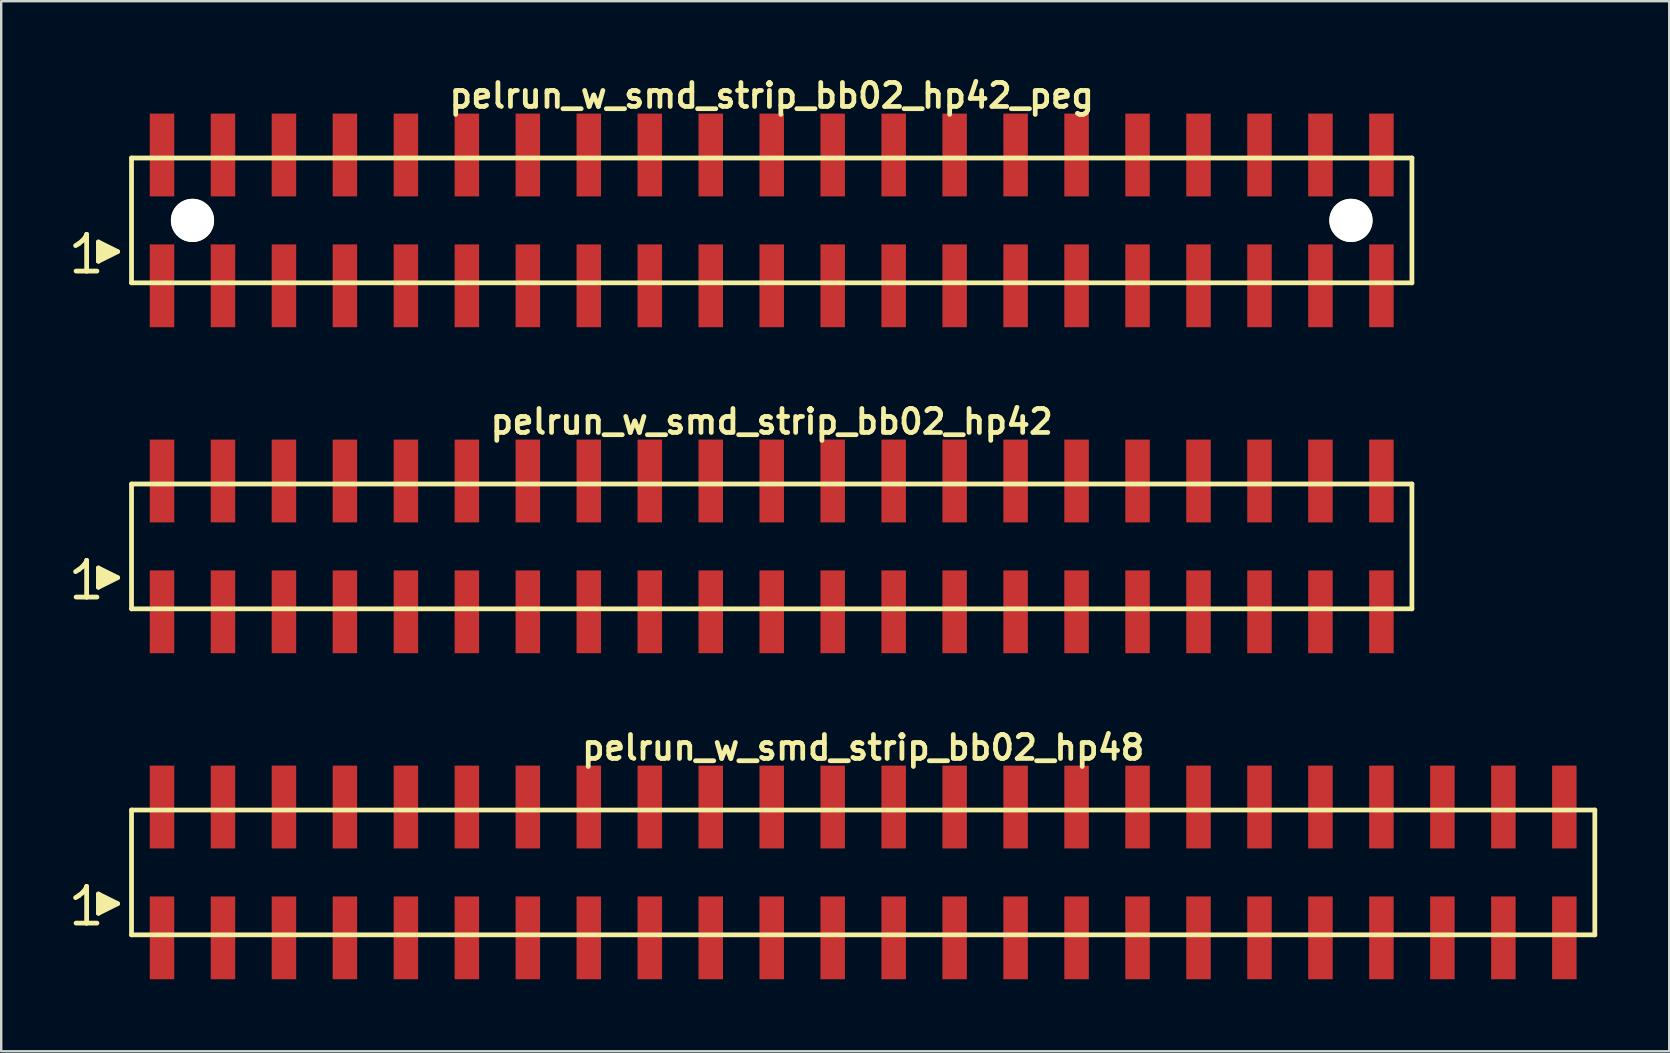
<source format=kicad_pcb>
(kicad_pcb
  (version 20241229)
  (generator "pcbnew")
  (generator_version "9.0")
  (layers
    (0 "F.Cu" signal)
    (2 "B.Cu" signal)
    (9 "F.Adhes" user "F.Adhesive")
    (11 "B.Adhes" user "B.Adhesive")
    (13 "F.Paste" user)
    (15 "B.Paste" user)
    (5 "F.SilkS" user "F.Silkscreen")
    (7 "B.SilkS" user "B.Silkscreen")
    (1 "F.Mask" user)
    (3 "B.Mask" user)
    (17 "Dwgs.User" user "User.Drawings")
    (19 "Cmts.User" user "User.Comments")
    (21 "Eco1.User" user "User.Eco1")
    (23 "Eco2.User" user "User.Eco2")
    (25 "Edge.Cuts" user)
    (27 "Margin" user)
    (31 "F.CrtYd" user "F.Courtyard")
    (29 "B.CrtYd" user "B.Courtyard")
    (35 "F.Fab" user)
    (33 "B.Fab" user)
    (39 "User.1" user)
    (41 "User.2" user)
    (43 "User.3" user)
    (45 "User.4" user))
  (footprint "pelrun_w_smd_strip_bb02_hp42"
    (layer "F.Cu")
    (at 29.099 19.713)
    (property "Reference" "pelrun_w_smd_strip_bb02_hp42" (at 0 -5.2 0) (layer "F.SilkS") (effects (font (size 0.998 0.998) (thickness 0.198))))
    (attr through_hole)
    (fp_line (start -29 1.05) (end -28.87 0.97) (stroke (width 0.198) (type solid)) (layer "F.SilkS"))
    (fp_line (start -28.87 0.97) (end -28.71 0.84) (stroke (width 0.198) (type solid)) (layer "F.SilkS"))
    (fp_line (start -28.71 0.84) (end -28.57 0.67) (stroke (width 0.198) (type solid)) (layer "F.SilkS"))
    (fp_line (start -28.57 0.67) (end -28.54 0.58) (stroke (width 0.198) (type solid)) (layer "F.SilkS"))
    (fp_line (start -28.54 0.58) (end -28.54 2.11) (stroke (width 0.198) (type solid)) (layer "F.SilkS"))
    (fp_line (start -28.54 2.11) (end -28.98 2.11) (stroke (width 0.198) (type solid)) (layer "F.SilkS"))
    (fp_line (start -28.11 2.11) (end -28.55 2.11) (stroke (width 0.198) (type solid)) (layer "F.SilkS"))
    (fp_line (start -28.05 0.9) (end -27.25 1.3) (stroke (width 0.198) (type solid)) (layer "F.SilkS"))
    (fp_line (start -28.05 1.7) (end -28.05 0.9) (stroke (width 0.198) (type solid)) (layer "F.SilkS"))
    (fp_line (start -27.95 1.6) (end -27.95 1) (stroke (width 0.198) (type solid)) (layer "F.SilkS"))
    (fp_line (start -27.85 1.1) (end -27.85 1.5) (stroke (width 0.198) (type solid)) (layer "F.SilkS"))
    (fp_line (start -27.75 1.5) (end -27.75 1.1) (stroke (width 0.198) (type solid)) (layer "F.SilkS"))
    (fp_line (start -27.65 1.2) (end -27.65 1.4) (stroke (width 0.198) (type solid)) (layer "F.SilkS"))
    (fp_line (start -27.55 1.4) (end -27.55 1.2) (stroke (width 0.198) (type solid)) (layer "F.SilkS"))
    (fp_line (start -27.25 1.3) (end -28.05 1.7) (stroke (width 0.198) (type solid)) (layer "F.SilkS"))
    (fp_line (start -26.67 -2.6) (end -26.67 2.6) (stroke (width 0.198) (type solid)) (layer "F.SilkS"))
    (fp_line (start -26.67 -2.6) (end 26.67 -2.6) (stroke (width 0.198) (type solid)) (layer "F.SilkS"))
    (fp_line (start 26.67 2.6) (end -26.67 2.6) (stroke (width 0.198) (type solid)) (layer "F.SilkS"))
    (fp_line (start 26.67 2.6) (end 26.67 -2.6) (stroke (width 0.198) (type solid)) (layer "F.SilkS"))
    (pad "1" smd rect (at -25.4 2.725) (size 1.02 3.45) (layers "F.Cu" "F.Mask" "F.Paste"))
    (pad "2" smd rect (at -25.4 -2.725) (size 1.02 3.45) (layers "F.Cu" "F.Mask" "F.Paste"))
    (pad "3" smd rect (at -22.86 2.725) (size 1.02 3.45) (layers "F.Cu" "F.Mask" "F.Paste"))
    (pad "4" smd rect (at -22.86 -2.725) (size 1.02 3.45) (layers "F.Cu" "F.Mask" "F.Paste"))
    (pad "5" smd rect (at -20.32 2.725) (size 1.02 3.45) (layers "F.Cu" "F.Mask" "F.Paste"))
    (pad "6" smd rect (at -20.32 -2.725) (size 1.02 3.45) (layers "F.Cu" "F.Mask" "F.Paste"))
    (pad "7" smd rect (at -17.78 2.725) (size 1.02 3.45) (layers "F.Cu" "F.Mask" "F.Paste"))
    (pad "8" smd rect (at -17.78 -2.725) (size 1.02 3.45) (layers "F.Cu" "F.Mask" "F.Paste"))
    (pad "9" smd rect (at -15.24 2.725) (size 1.02 3.45) (layers "F.Cu" "F.Mask" "F.Paste"))
    (pad "10" smd rect (at -15.24 -2.725) (size 1.02 3.45) (layers "F.Cu" "F.Mask" "F.Paste"))
    (pad "11" smd rect (at -12.7 2.725) (size 1.02 3.45) (layers "F.Cu" "F.Mask" "F.Paste"))
    (pad "12" smd rect (at -12.7 -2.725) (size 1.02 3.45) (layers "F.Cu" "F.Mask" "F.Paste"))
    (pad "13" smd rect (at -10.16 2.725) (size 1.02 3.45) (layers "F.Cu" "F.Mask" "F.Paste"))
    (pad "14" smd rect (at -10.16 -2.725) (size 1.02 3.45) (layers "F.Cu" "F.Mask" "F.Paste"))
    (pad "15" smd rect (at -7.62 2.725) (size 1.02 3.45) (layers "F.Cu" "F.Mask" "F.Paste"))
    (pad "16" smd rect (at -7.62 -2.725) (size 1.02 3.45) (layers "F.Cu" "F.Mask" "F.Paste"))
    (pad "17" smd rect (at -5.08 2.725) (size 1.02 3.45) (layers "F.Cu" "F.Mask" "F.Paste"))
    (pad "18" smd rect (at -5.08 -2.725) (size 1.02 3.45) (layers "F.Cu" "F.Mask" "F.Paste"))
    (pad "19" smd rect (at -2.54 2.725) (size 1.02 3.45) (layers "F.Cu" "F.Mask" "F.Paste"))
    (pad "20" smd rect (at -2.54 -2.725) (size 1.02 3.45) (layers "F.Cu" "F.Mask" "F.Paste"))
    (pad "21" smd rect (at 0 2.725) (size 1.02 3.45) (layers "F.Cu" "F.Mask" "F.Paste"))
    (pad "22" smd rect (at 0 -2.725) (size 1.02 3.45) (layers "F.Cu" "F.Mask" "F.Paste"))
    (pad "23" smd rect (at 2.54 2.725) (size 1.02 3.45) (layers "F.Cu" "F.Mask" "F.Paste"))
    (pad "24" smd rect (at 2.54 -2.725) (size 1.02 3.45) (layers "F.Cu" "F.Mask" "F.Paste"))
    (pad "25" smd rect (at 5.08 2.725) (size 1.02 3.45) (layers "F.Cu" "F.Mask" "F.Paste"))
    (pad "26" smd rect (at 5.08 -2.725) (size 1.02 3.45) (layers "F.Cu" "F.Mask" "F.Paste"))
    (pad "27" smd rect (at 7.62 2.725) (size 1.02 3.45) (layers "F.Cu" "F.Mask" "F.Paste"))
    (pad "28" smd rect (at 7.62 -2.725) (size 1.02 3.45) (layers "F.Cu" "F.Mask" "F.Paste"))
    (pad "29" smd rect (at 10.16 2.725) (size 1.02 3.45) (layers "F.Cu" "F.Mask" "F.Paste"))
    (pad "30" smd rect (at 10.16 -2.725) (size 1.02 3.45) (layers "F.Cu" "F.Mask" "F.Paste"))
    (pad "31" smd rect (at 12.7 2.725) (size 1.02 3.45) (layers "F.Cu" "F.Mask" "F.Paste"))
    (pad "32" smd rect (at 12.7 -2.725) (size 1.02 3.45) (layers "F.Cu" "F.Mask" "F.Paste"))
    (pad "33" smd rect (at 15.24 2.725) (size 1.02 3.45) (layers "F.Cu" "F.Mask" "F.Paste"))
    (pad "34" smd rect (at 15.24 -2.725) (size 1.02 3.45) (layers "F.Cu" "F.Mask" "F.Paste"))
    (pad "35" smd rect (at 17.78 2.725) (size 1.02 3.45) (layers "F.Cu" "F.Mask" "F.Paste"))
    (pad "36" smd rect (at 17.78 -2.725) (size 1.02 3.45) (layers "F.Cu" "F.Mask" "F.Paste"))
    (pad "37" smd rect (at 20.32 2.725) (size 1.02 3.45) (layers "F.Cu" "F.Mask" "F.Paste"))
    (pad "38" smd rect (at 20.32 -2.725) (size 1.02 3.45) (layers "F.Cu" "F.Mask" "F.Paste"))
    (pad "39" smd rect (at 22.86 2.725) (size 1.02 3.45) (layers "F.Cu" "F.Mask" "F.Paste"))
    (pad "40" smd rect (at 22.86 -2.725) (size 1.02 3.45) (layers "F.Cu" "F.Mask" "F.Paste"))
    (pad "41" smd rect (at 25.4 2.725) (size 1.02 3.45) (layers "F.Cu" "F.Mask" "F.Paste"))
    (pad "42" smd rect (at 25.4 -2.725) (size 1.02 3.45) (layers "F.Cu" "F.Mask" "F.Paste")))
  (footprint "pelrun_w_smd_strip_bb02_hp48"
    (layer "F.Cu")
    (at 32.909 33.295)
    (property "Reference" "pelrun_w_smd_strip_bb02_hp48" (at 0 -5.2 0) (layer "F.SilkS") (effects (font (size 0.998 0.998) (thickness 0.198))))
    (attr through_hole)
    (fp_line (start -32.81 1.05) (end -32.68 0.97) (stroke (width 0.198) (type solid)) (layer "F.SilkS"))
    (fp_line (start -32.68 0.97) (end -32.52 0.84) (stroke (width 0.198) (type solid)) (layer "F.SilkS"))
    (fp_line (start -32.52 0.84) (end -32.38 0.67) (stroke (width 0.198) (type solid)) (layer "F.SilkS"))
    (fp_line (start -32.38 0.67) (end -32.35 0.58) (stroke (width 0.198) (type solid)) (layer "F.SilkS"))
    (fp_line (start -32.35 0.58) (end -32.35 2.11) (stroke (width 0.198) (type solid)) (layer "F.SilkS"))
    (fp_line (start -32.35 2.11) (end -32.79 2.11) (stroke (width 0.198) (type solid)) (layer "F.SilkS"))
    (fp_line (start -31.92 2.11) (end -32.36 2.11) (stroke (width 0.198) (type solid)) (layer "F.SilkS"))
    (fp_line (start -31.86 0.9) (end -31.06 1.3) (stroke (width 0.198) (type solid)) (layer "F.SilkS"))
    (fp_line (start -31.86 1.7) (end -31.86 0.9) (stroke (width 0.198) (type solid)) (layer "F.SilkS"))
    (fp_line (start -31.76 1.6) (end -31.76 1) (stroke (width 0.198) (type solid)) (layer "F.SilkS"))
    (fp_line (start -31.66 1.1) (end -31.66 1.5) (stroke (width 0.198) (type solid)) (layer "F.SilkS"))
    (fp_line (start -31.56 1.5) (end -31.56 1.1) (stroke (width 0.198) (type solid)) (layer "F.SilkS"))
    (fp_line (start -31.46 1.2) (end -31.46 1.4) (stroke (width 0.198) (type solid)) (layer "F.SilkS"))
    (fp_line (start -31.36 1.4) (end -31.36 1.2) (stroke (width 0.198) (type solid)) (layer "F.SilkS"))
    (fp_line (start -31.06 1.3) (end -31.86 1.7) (stroke (width 0.198) (type solid)) (layer "F.SilkS"))
    (fp_line (start -30.48 -2.6) (end -30.48 2.6) (stroke (width 0.198) (type solid)) (layer "F.SilkS"))
    (fp_line (start -30.48 -2.6) (end 30.48 -2.6) (stroke (width 0.198) (type solid)) (layer "F.SilkS"))
    (fp_line (start 30.48 2.6) (end -30.48 2.6) (stroke (width 0.198) (type solid)) (layer "F.SilkS"))
    (fp_line (start 30.48 2.6) (end 30.48 -2.6) (stroke (width 0.198) (type solid)) (layer "F.SilkS"))
    (pad "1" smd rect (at -29.21 2.725) (size 1.02 3.45) (layers "F.Cu" "F.Mask" "F.Paste"))
    (pad "2" smd rect (at -29.21 -2.725) (size 1.02 3.45) (layers "F.Cu" "F.Mask" "F.Paste"))
    (pad "3" smd rect (at -26.67 2.725) (size 1.02 3.45) (layers "F.Cu" "F.Mask" "F.Paste"))
    (pad "4" smd rect (at -26.67 -2.725) (size 1.02 3.45) (layers "F.Cu" "F.Mask" "F.Paste"))
    (pad "5" smd rect (at -24.13 2.725) (size 1.02 3.45) (layers "F.Cu" "F.Mask" "F.Paste"))
    (pad "6" smd rect (at -24.13 -2.725) (size 1.02 3.45) (layers "F.Cu" "F.Mask" "F.Paste"))
    (pad "7" smd rect (at -21.59 2.725) (size 1.02 3.45) (layers "F.Cu" "F.Mask" "F.Paste"))
    (pad "8" smd rect (at -21.59 -2.725) (size 1.02 3.45) (layers "F.Cu" "F.Mask" "F.Paste"))
    (pad "9" smd rect (at -19.05 2.725) (size 1.02 3.45) (layers "F.Cu" "F.Mask" "F.Paste"))
    (pad "10" smd rect (at -19.05 -2.725) (size 1.02 3.45) (layers "F.Cu" "F.Mask" "F.Paste"))
    (pad "11" smd rect (at -16.51 2.725) (size 1.02 3.45) (layers "F.Cu" "F.Mask" "F.Paste"))
    (pad "12" smd rect (at -16.51 -2.725) (size 1.02 3.45) (layers "F.Cu" "F.Mask" "F.Paste"))
    (pad "13" smd rect (at -13.97 2.725) (size 1.02 3.45) (layers "F.Cu" "F.Mask" "F.Paste"))
    (pad "14" smd rect (at -13.97 -2.725) (size 1.02 3.45) (layers "F.Cu" "F.Mask" "F.Paste"))
    (pad "15" smd rect (at -11.43 2.725) (size 1.02 3.45) (layers "F.Cu" "F.Mask" "F.Paste"))
    (pad "16" smd rect (at -11.43 -2.725) (size 1.02 3.45) (layers "F.Cu" "F.Mask" "F.Paste"))
    (pad "17" smd rect (at -8.89 2.725) (size 1.02 3.45) (layers "F.Cu" "F.Mask" "F.Paste"))
    (pad "18" smd rect (at -8.89 -2.725) (size 1.02 3.45) (layers "F.Cu" "F.Mask" "F.Paste"))
    (pad "19" smd rect (at -6.35 2.725) (size 1.02 3.45) (layers "F.Cu" "F.Mask" "F.Paste"))
    (pad "20" smd rect (at -6.35 -2.725) (size 1.02 3.45) (layers "F.Cu" "F.Mask" "F.Paste"))
    (pad "21" smd rect (at -3.81 2.725) (size 1.02 3.45) (layers "F.Cu" "F.Mask" "F.Paste"))
    (pad "22" smd rect (at -3.81 -2.725) (size 1.02 3.45) (layers "F.Cu" "F.Mask" "F.Paste"))
    (pad "23" smd rect (at -1.27 2.725) (size 1.02 3.45) (layers "F.Cu" "F.Mask" "F.Paste"))
    (pad "24" smd rect (at -1.27 -2.725) (size 1.02 3.45) (layers "F.Cu" "F.Mask" "F.Paste"))
    (pad "25" smd rect (at 1.27 2.725) (size 1.02 3.45) (layers "F.Cu" "F.Mask" "F.Paste"))
    (pad "26" smd rect (at 1.27 -2.725) (size 1.02 3.45) (layers "F.Cu" "F.Mask" "F.Paste"))
    (pad "27" smd rect (at 3.81 2.725) (size 1.02 3.45) (layers "F.Cu" "F.Mask" "F.Paste"))
    (pad "28" smd rect (at 3.81 -2.725) (size 1.02 3.45) (layers "F.Cu" "F.Mask" "F.Paste"))
    (pad "29" smd rect (at 6.35 2.725) (size 1.02 3.45) (layers "F.Cu" "F.Mask" "F.Paste"))
    (pad "30" smd rect (at 6.35 -2.725) (size 1.02 3.45) (layers "F.Cu" "F.Mask" "F.Paste"))
    (pad "31" smd rect (at 8.89 2.725) (size 1.02 3.45) (layers "F.Cu" "F.Mask" "F.Paste"))
    (pad "32" smd rect (at 8.89 -2.725) (size 1.02 3.45) (layers "F.Cu" "F.Mask" "F.Paste"))
    (pad "33" smd rect (at 11.43 2.725) (size 1.02 3.45) (layers "F.Cu" "F.Mask" "F.Paste"))
    (pad "34" smd rect (at 11.43 -2.725) (size 1.02 3.45) (layers "F.Cu" "F.Mask" "F.Paste"))
    (pad "35" smd rect (at 13.97 2.725) (size 1.02 3.45) (layers "F.Cu" "F.Mask" "F.Paste"))
    (pad "36" smd rect (at 13.97 -2.725) (size 1.02 3.45) (layers "F.Cu" "F.Mask" "F.Paste"))
    (pad "37" smd rect (at 16.51 2.725) (size 1.02 3.45) (layers "F.Cu" "F.Mask" "F.Paste"))
    (pad "38" smd rect (at 16.51 -2.725) (size 1.02 3.45) (layers "F.Cu" "F.Mask" "F.Paste"))
    (pad "39" smd rect (at 19.05 2.725) (size 1.02 3.45) (layers "F.Cu" "F.Mask" "F.Paste"))
    (pad "40" smd rect (at 19.05 -2.725) (size 1.02 3.45) (layers "F.Cu" "F.Mask" "F.Paste"))
    (pad "41" smd rect (at 21.59 2.725) (size 1.02 3.45) (layers "F.Cu" "F.Mask" "F.Paste"))
    (pad "42" smd rect (at 21.59 -2.725) (size 1.02 3.45) (layers "F.Cu" "F.Mask" "F.Paste"))
    (pad "43" smd rect (at 24.13 2.725) (size 1.02 3.45) (layers "F.Cu" "F.Mask" "F.Paste"))
    (pad "44" smd rect (at 24.13 -2.725) (size 1.02 3.45) (layers "F.Cu" "F.Mask" "F.Paste"))
    (pad "45" smd rect (at 26.67 2.725) (size 1.02 3.45) (layers "F.Cu" "F.Mask" "F.Paste"))
    (pad "46" smd rect (at 26.67 -2.725) (size 1.02 3.45) (layers "F.Cu" "F.Mask" "F.Paste"))
    (pad "47" smd rect (at 29.21 2.725) (size 1.02 3.45) (layers "F.Cu" "F.Mask" "F.Paste"))
    (pad "48" smd rect (at 29.21 -2.725) (size 1.02 3.45) (layers "F.Cu" "F.Mask" "F.Paste")))
  (footprint "pelrun_w_smd_strip_bb02_hp42_peg"
    (layer "F.Cu")
    (at 29.099 6.132)
    (property "Reference" "pelrun_w_smd_strip_bb02_hp42_peg" (at 0 -5.2 0) (layer "F.SilkS") (effects (font (size 0.998 0.998) (thickness 0.198))))
    (attr through_hole)
    (fp_line (start -29 1.05) (end -28.87 0.97) (stroke (width 0.198) (type solid)) (layer "F.SilkS"))
    (fp_line (start -28.87 0.97) (end -28.71 0.84) (stroke (width 0.198) (type solid)) (layer "F.SilkS"))
    (fp_line (start -28.71 0.84) (end -28.57 0.67) (stroke (width 0.198) (type solid)) (layer "F.SilkS"))
    (fp_line (start -28.57 0.67) (end -28.54 0.58) (stroke (width 0.198) (type solid)) (layer "F.SilkS"))
    (fp_line (start -28.54 0.58) (end -28.54 2.11) (stroke (width 0.198) (type solid)) (layer "F.SilkS"))
    (fp_line (start -28.54 2.11) (end -28.98 2.11) (stroke (width 0.198) (type solid)) (layer "F.SilkS"))
    (fp_line (start -28.11 2.11) (end -28.55 2.11) (stroke (width 0.198) (type solid)) (layer "F.SilkS"))
    (fp_line (start -28.05 0.9) (end -27.25 1.3) (stroke (width 0.198) (type solid)) (layer "F.SilkS"))
    (fp_line (start -28.05 1.7) (end -28.05 0.9) (stroke (width 0.198) (type solid)) (layer "F.SilkS"))
    (fp_line (start -27.95 1.6) (end -27.95 1) (stroke (width 0.198) (type solid)) (layer "F.SilkS"))
    (fp_line (start -27.85 1.1) (end -27.85 1.5) (stroke (width 0.198) (type solid)) (layer "F.SilkS"))
    (fp_line (start -27.75 1.5) (end -27.75 1.1) (stroke (width 0.198) (type solid)) (layer "F.SilkS"))
    (fp_line (start -27.65 1.2) (end -27.65 1.4) (stroke (width 0.198) (type solid)) (layer "F.SilkS"))
    (fp_line (start -27.55 1.4) (end -27.55 1.2) (stroke (width 0.198) (type solid)) (layer "F.SilkS"))
    (fp_line (start -27.25 1.3) (end -28.05 1.7) (stroke (width 0.198) (type solid)) (layer "F.SilkS"))
    (fp_line (start -26.67 -2.6) (end -26.67 2.6) (stroke (width 0.198) (type solid)) (layer "F.SilkS"))
    (fp_line (start -26.67 -2.6) (end 26.67 -2.6) (stroke (width 0.198) (type solid)) (layer "F.SilkS"))
    (fp_line (start 26.67 2.6) (end -26.67 2.6) (stroke (width 0.198) (type solid)) (layer "F.SilkS"))
    (fp_line (start 26.67 2.6) (end 26.67 -2.6) (stroke (width 0.198) (type solid)) (layer "F.SilkS"))
    (pad "" np_thru_hole circle (at -24.13 0) (size 1.8 1.8) (drill 1.8) (layers "*.Cu" "*.Mask" "F.SilkS"))
    (pad "" np_thru_hole circle (at 24.13 0) (size 1.8 1.8) (drill 1.8) (layers "*.Cu" "*.Mask" "F.SilkS"))
    (pad "1" smd rect (at -25.4 2.725) (size 1.02 3.45) (layers "F.Cu" "F.Mask" "F.Paste"))
    (pad "2" smd rect (at -25.4 -2.725) (size 1.02 3.45) (layers "F.Cu" "F.Mask" "F.Paste"))
    (pad "3" smd rect (at -22.86 2.725) (size 1.02 3.45) (layers "F.Cu" "F.Mask" "F.Paste"))
    (pad "4" smd rect (at -22.86 -2.725) (size 1.02 3.45) (layers "F.Cu" "F.Mask" "F.Paste"))
    (pad "5" smd rect (at -20.32 2.725) (size 1.02 3.45) (layers "F.Cu" "F.Mask" "F.Paste"))
    (pad "6" smd rect (at -20.32 -2.725) (size 1.02 3.45) (layers "F.Cu" "F.Mask" "F.Paste"))
    (pad "7" smd rect (at -17.78 2.725) (size 1.02 3.45) (layers "F.Cu" "F.Mask" "F.Paste"))
    (pad "8" smd rect (at -17.78 -2.725) (size 1.02 3.45) (layers "F.Cu" "F.Mask" "F.Paste"))
    (pad "9" smd rect (at -15.24 2.725) (size 1.02 3.45) (layers "F.Cu" "F.Mask" "F.Paste"))
    (pad "10" smd rect (at -15.24 -2.725) (size 1.02 3.45) (layers "F.Cu" "F.Mask" "F.Paste"))
    (pad "11" smd rect (at -12.7 2.725) (size 1.02 3.45) (layers "F.Cu" "F.Mask" "F.Paste"))
    (pad "12" smd rect (at -12.7 -2.725) (size 1.02 3.45) (layers "F.Cu" "F.Mask" "F.Paste"))
    (pad "13" smd rect (at -10.16 2.725) (size 1.02 3.45) (layers "F.Cu" "F.Mask" "F.Paste"))
    (pad "14" smd rect (at -10.16 -2.725) (size 1.02 3.45) (layers "F.Cu" "F.Mask" "F.Paste"))
    (pad "15" smd rect (at -7.62 2.725) (size 1.02 3.45) (layers "F.Cu" "F.Mask" "F.Paste"))
    (pad "16" smd rect (at -7.62 -2.725) (size 1.02 3.45) (layers "F.Cu" "F.Mask" "F.Paste"))
    (pad "17" smd rect (at -5.08 2.725) (size 1.02 3.45) (layers "F.Cu" "F.Mask" "F.Paste"))
    (pad "18" smd rect (at -5.08 -2.725) (size 1.02 3.45) (layers "F.Cu" "F.Mask" "F.Paste"))
    (pad "19" smd rect (at -2.54 2.725) (size 1.02 3.45) (layers "F.Cu" "F.Mask" "F.Paste"))
    (pad "20" smd rect (at -2.54 -2.725) (size 1.02 3.45) (layers "F.Cu" "F.Mask" "F.Paste"))
    (pad "21" smd rect (at 0 2.725) (size 1.02 3.45) (layers "F.Cu" "F.Mask" "F.Paste"))
    (pad "22" smd rect (at 0 -2.725) (size 1.02 3.45) (layers "F.Cu" "F.Mask" "F.Paste"))
    (pad "23" smd rect (at 2.54 2.725) (size 1.02 3.45) (layers "F.Cu" "F.Mask" "F.Paste"))
    (pad "24" smd rect (at 2.54 -2.725) (size 1.02 3.45) (layers "F.Cu" "F.Mask" "F.Paste"))
    (pad "25" smd rect (at 5.08 2.725) (size 1.02 3.45) (layers "F.Cu" "F.Mask" "F.Paste"))
    (pad "26" smd rect (at 5.08 -2.725) (size 1.02 3.45) (layers "F.Cu" "F.Mask" "F.Paste"))
    (pad "27" smd rect (at 7.62 2.725) (size 1.02 3.45) (layers "F.Cu" "F.Mask" "F.Paste"))
    (pad "28" smd rect (at 7.62 -2.725) (size 1.02 3.45) (layers "F.Cu" "F.Mask" "F.Paste"))
    (pad "29" smd rect (at 10.16 2.725) (size 1.02 3.45) (layers "F.Cu" "F.Mask" "F.Paste"))
    (pad "30" smd rect (at 10.16 -2.725) (size 1.02 3.45) (layers "F.Cu" "F.Mask" "F.Paste"))
    (pad "31" smd rect (at 12.7 2.725) (size 1.02 3.45) (layers "F.Cu" "F.Mask" "F.Paste"))
    (pad "32" smd rect (at 12.7 -2.725) (size 1.02 3.45) (layers "F.Cu" "F.Mask" "F.Paste"))
    (pad "33" smd rect (at 15.24 2.725) (size 1.02 3.45) (layers "F.Cu" "F.Mask" "F.Paste"))
    (pad "34" smd rect (at 15.24 -2.725) (size 1.02 3.45) (layers "F.Cu" "F.Mask" "F.Paste"))
    (pad "35" smd rect (at 17.78 2.725) (size 1.02 3.45) (layers "F.Cu" "F.Mask" "F.Paste"))
    (pad "36" smd rect (at 17.78 -2.725) (size 1.02 3.45) (layers "F.Cu" "F.Mask" "F.Paste"))
    (pad "37" smd rect (at 20.32 2.725) (size 1.02 3.45) (layers "F.Cu" "F.Mask" "F.Paste"))
    (pad "38" smd rect (at 20.32 -2.725) (size 1.02 3.45) (layers "F.Cu" "F.Mask" "F.Paste"))
    (pad "39" smd rect (at 22.86 2.725) (size 1.02 3.45) (layers "F.Cu" "F.Mask" "F.Paste"))
    (pad "40" smd rect (at 22.86 -2.725) (size 1.02 3.45) (layers "F.Cu" "F.Mask" "F.Paste"))
    (pad "41" smd rect (at 25.4 2.725) (size 1.02 3.45) (layers "F.Cu" "F.Mask" "F.Paste"))
    (pad "42" smd rect (at 25.4 -2.725) (size 1.02 3.45) (layers "F.Cu" "F.Mask" "F.Paste")))
  (gr_rect
    (start -3 -3)
    (end 66.488 40.745)
    (stroke (width 0.1) (type default))
    (fill no)
    (layer "Edge.Cuts")))
</source>
